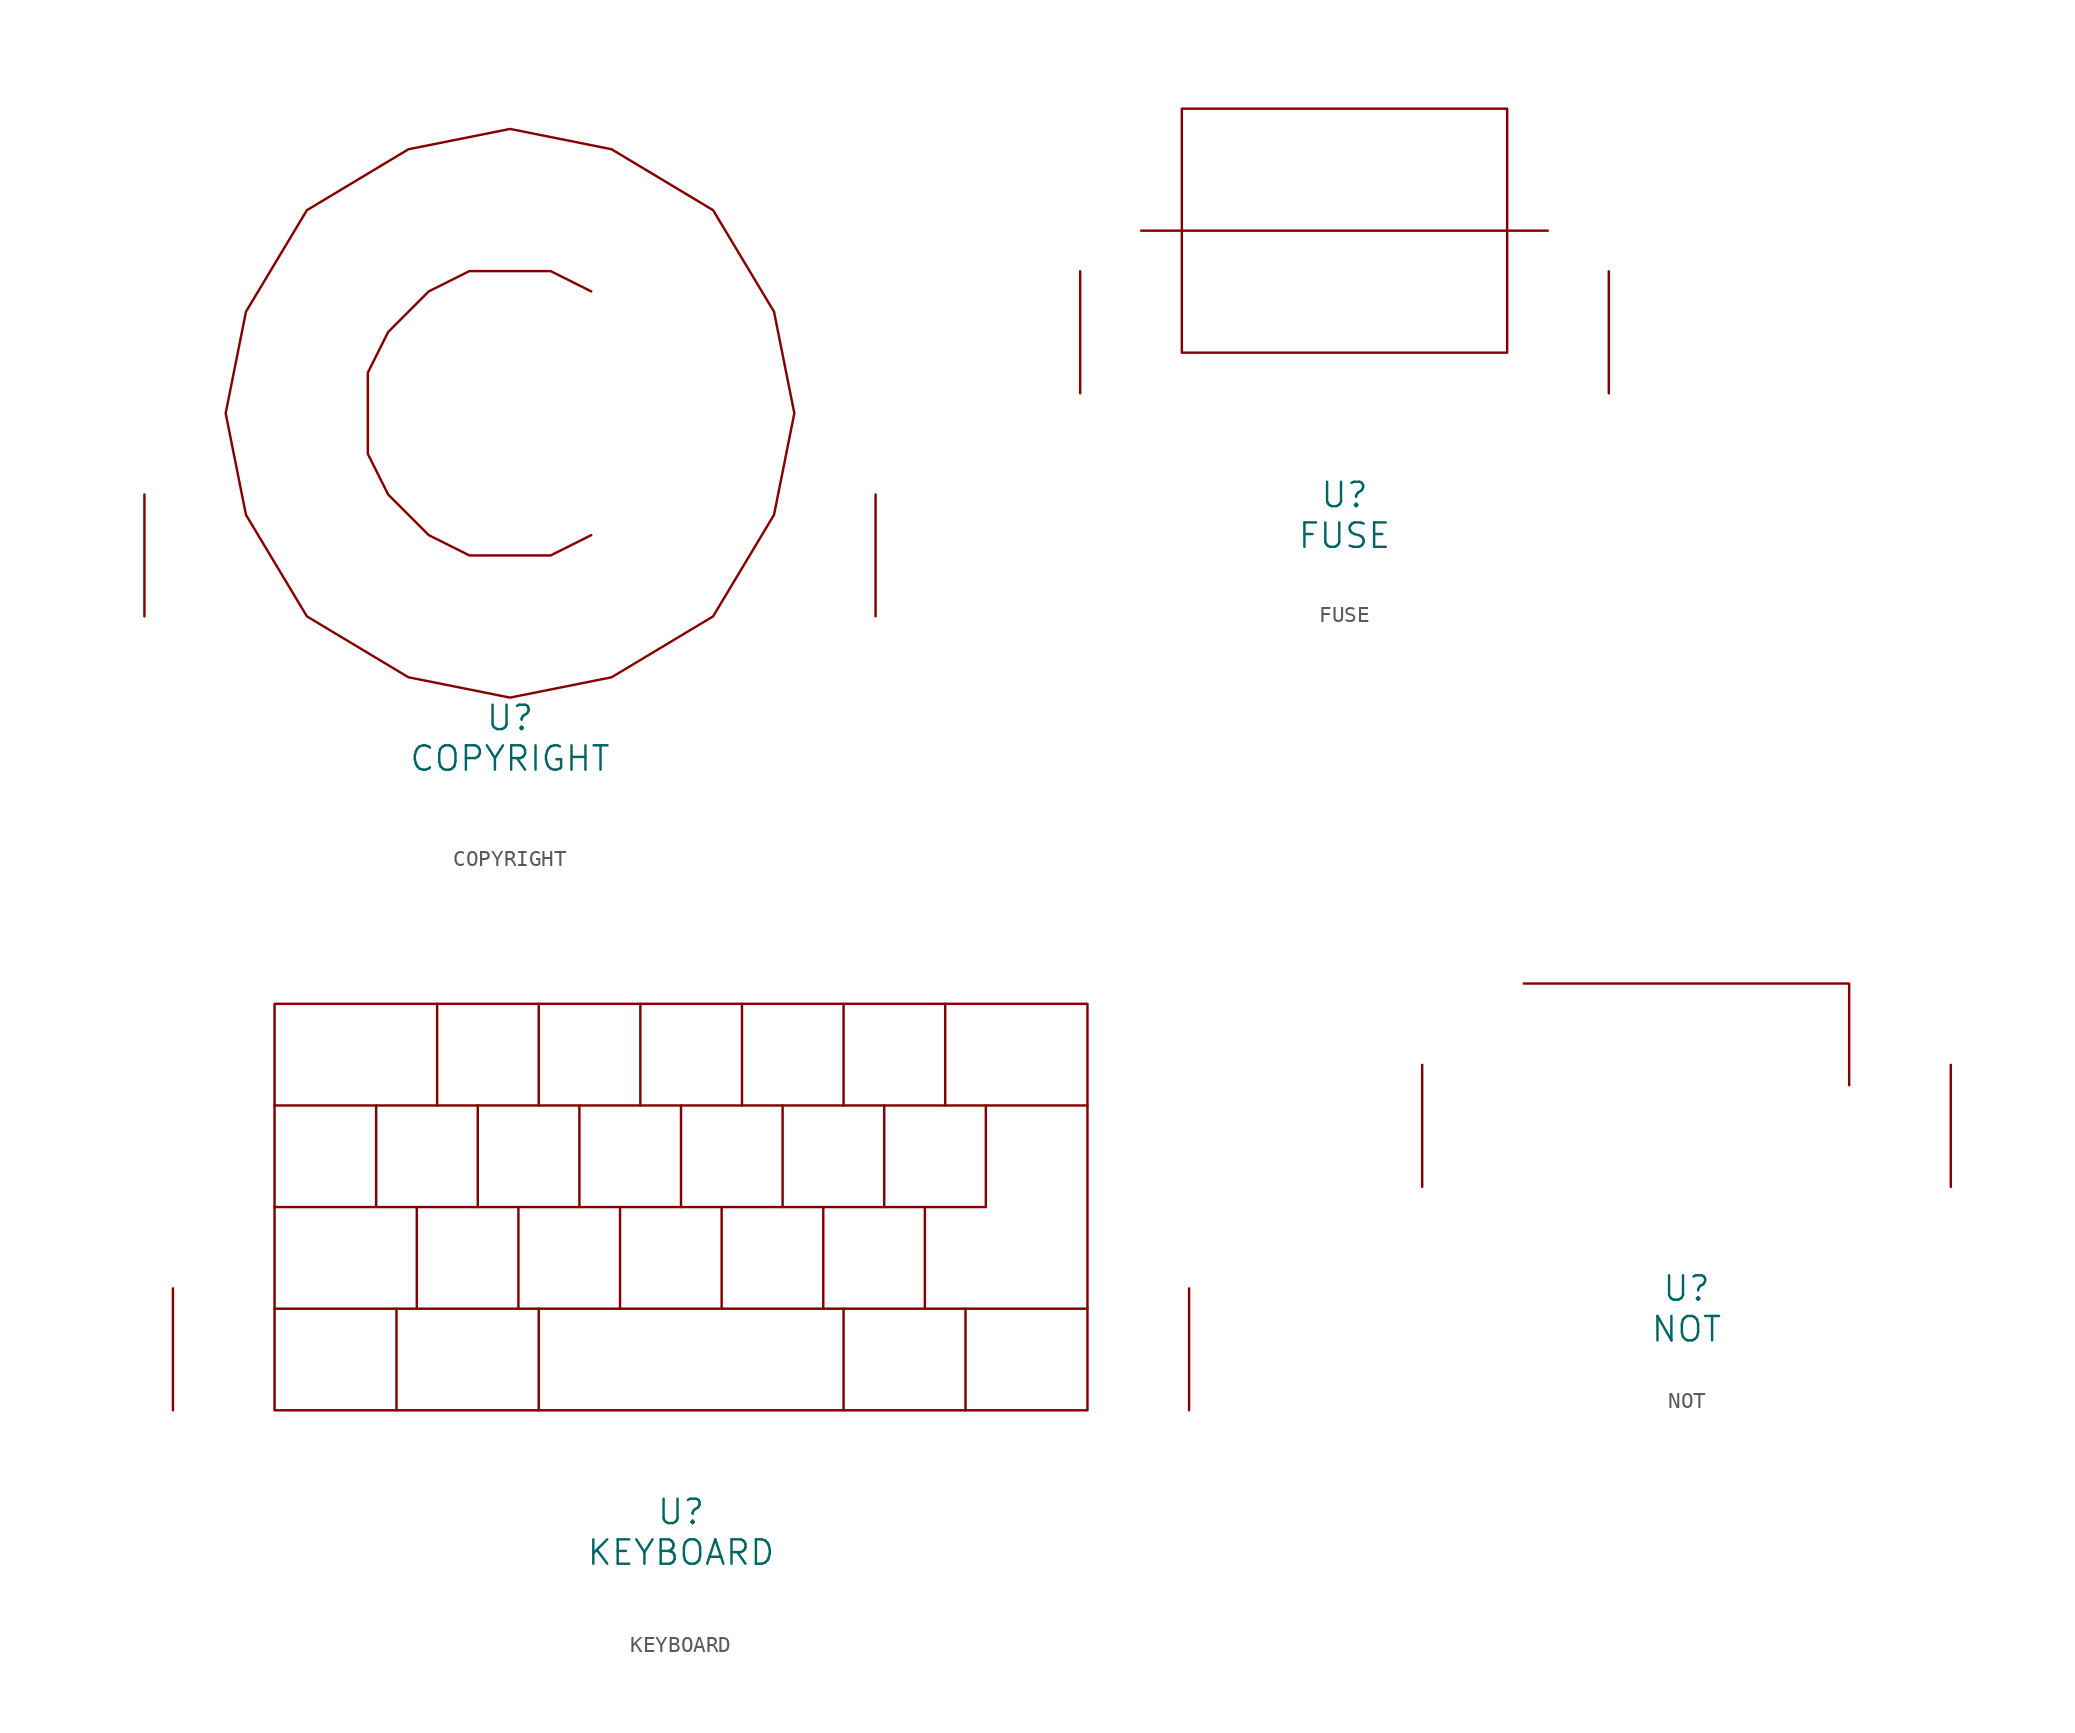
<source format=kicad_sym>
(kicad_symbol_lib
  (version 20220914)
  (generator font_lib2sym)
  (symbol "COPYRIGHT"
    (pin_names
      (offset 1.016))
    (property "Reference" "U"
      (at 0 -6.35 0)
      (effects (font (size 1.524 1.524))))
    (property "Value" "COPYRIGHT"
      (at 0 -8.89 0)
      (effects (font (size 1.524 1.524))))
    (symbol "COPYRIGHT_0_1"
      (polyline (pts (xy 5.08 20.32) (xy 2.54 21.59) (xy -2.54 21.59) (xy -5.08 20.32) (xy -7.62 17.78) (xy -8.89 15.24) (xy -8.89 10.16) (xy -7.62 7.62) (xy -5.08 5.08) (xy -2.54 3.81) (xy 2.54 3.81) (xy 5.08 5.08)) (stroke (width 0) (type solid)) (fill (type none)))
      (polyline (pts (xy 0 30.48) (xy -6.35 29.21) (xy -12.7 25.4) (xy -16.51 19.05) (xy -17.78 12.7) (xy -16.51 6.35) (xy -12.7 0) (xy -6.35 -3.81) (xy 0 -5.08) (xy 6.35 -3.81) (xy 12.7 0) (xy 16.51 6.35) (xy 17.78 12.7) (xy 16.51 19.05) (xy 12.7 25.4) (xy 6.35 29.21) (xy 0 30.48)) (stroke (width 0) (type solid)) (fill (type none)))
      (pin input line (at -22.86 0 90) (length 7.62) (name "~" (effects (font (size 1.27 1.27)))) (number "~" (effects (font (size 1.27 1.27)))))
      (pin input line (at 22.86 0 90) (length 7.62) (name "~" (effects (font (size 1.27 1.27)))) (number "~" (effects (font (size 1.27 1.27)))))))
  (symbol "FUSE"
    (pin_names
      (offset 1.016))
    (property "Reference" "U"
      (at 0 -6.35 0)
      (effects (font (size 1.524 1.524))))
    (property "Value" "FUSE"
      (at 0 -8.89 0)
      (effects (font (size 1.524 1.524))))
    (symbol "FUSE_0_1"
      (polyline (pts (xy -12.7 10.16) (xy 12.7 10.16)) (stroke (width 0) (type solid)) (fill (type none)))
      (polyline (pts (xy -10.16 17.78) (xy 10.16 17.78) (xy 10.16 2.54) (xy -10.16 2.54) (xy -10.16 17.78)) (stroke (width 0) (type solid)) (fill (type none)))
      (pin input line (at -16.51 0 90) (length 7.62) (name "~" (effects (font (size 1.27 1.27)))) (number "~" (effects (font (size 1.27 1.27)))))
      (pin input line (at 16.51 0 90) (length 7.62) (name "~" (effects (font (size 1.27 1.27)))) (number "~" (effects (font (size 1.27 1.27)))))))
  (symbol "KEYBOARD"
    (pin_names
      (offset 1.016))
    (property "Reference" "U"
      (at 0 -6.35 0)
      (effects (font (size 1.524 1.524))))
    (property "Value" "KEYBOARD"
      (at 0 -8.89 0)
      (effects (font (size 1.524 1.524))))
    (symbol "KEYBOARD_0_1"
      (polyline (pts (xy -25.4 6.35) (xy 25.4 6.35)) (stroke (width 0) (type solid)) (fill (type none)))
      (polyline (pts (xy -25.4 19.05) (xy 25.4 19.05)) (stroke (width 0) (type solid)) (fill (type none)))
      (polyline (pts (xy -19.05 12.7) (xy -19.05 19.05)) (stroke (width 0) (type solid)) (fill (type none)))
      (polyline (pts (xy -17.78 0) (xy -17.78 6.35)) (stroke (width 0) (type solid)) (fill (type none)))
      (polyline (pts (xy -16.51 6.35) (xy -16.51 12.7)) (stroke (width 0) (type solid)) (fill (type none)))
      (polyline (pts (xy -15.24 19.05) (xy -15.24 25.4)) (stroke (width 0) (type solid)) (fill (type none)))
      (polyline (pts (xy -12.7 12.7) (xy -12.7 19.05)) (stroke (width 0) (type solid)) (fill (type none)))
      (polyline (pts (xy -10.16 6.35) (xy -10.16 12.7)) (stroke (width 0) (type solid)) (fill (type none)))
      (polyline (pts (xy -8.89 0) (xy -8.89 6.35)) (stroke (width 0) (type solid)) (fill (type none)))
      (polyline (pts (xy -8.89 19.05) (xy -8.89 25.4)) (stroke (width 0) (type solid)) (fill (type none)))
      (polyline (pts (xy -6.35 12.7) (xy -6.35 19.05)) (stroke (width 0) (type solid)) (fill (type none)))
      (polyline (pts (xy -3.81 6.35) (xy -3.81 12.7)) (stroke (width 0) (type solid)) (fill (type none)))
      (polyline (pts (xy -2.54 19.05) (xy -2.54 25.4)) (stroke (width 0) (type solid)) (fill (type none)))
      (polyline (pts (xy 0 12.7) (xy 0 19.05)) (stroke (width 0) (type solid)) (fill (type none)))
      (polyline (pts (xy 2.54 6.35) (xy 2.54 12.7)) (stroke (width 0) (type solid)) (fill (type none)))
      (polyline (pts (xy 3.81 19.05) (xy 3.81 25.4)) (stroke (width 0) (type solid)) (fill (type none)))
      (polyline (pts (xy 6.35 12.7) (xy 6.35 19.05)) (stroke (width 0) (type solid)) (fill (type none)))
      (polyline (pts (xy 8.89 6.35) (xy 8.89 12.7)) (stroke (width 0) (type solid)) (fill (type none)))
      (polyline (pts (xy 10.16 0) (xy 10.16 6.35)) (stroke (width 0) (type solid)) (fill (type none)))
      (polyline (pts (xy 10.16 19.05) (xy 10.16 25.4)) (stroke (width 0) (type solid)) (fill (type none)))
      (polyline (pts (xy 12.7 12.7) (xy 12.7 19.05)) (stroke (width 0) (type solid)) (fill (type none)))
      (polyline (pts (xy 15.24 6.35) (xy 15.24 12.7)) (stroke (width 0) (type solid)) (fill (type none)))
      (polyline (pts (xy 16.51 19.05) (xy 16.51 25.4)) (stroke (width 0) (type solid)) (fill (type none)))
      (polyline (pts (xy 17.78 0) (xy 17.78 6.35)) (stroke (width 0) (type solid)) (fill (type none)))
      (polyline (pts (xy -25.4 12.7) (xy 19.05 12.7) (xy 19.05 19.05)) (stroke (width 0) (type solid)) (fill (type none)))
      (polyline (pts (xy -25.4 0) (xy -25.4 25.4) (xy 25.4 25.4) (xy 25.4 0) (xy -25.4 0)) (stroke (width 0) (type solid)) (fill (type none)))
      (pin input line (at -31.75 0 90) (length 7.62) (name "~" (effects (font (size 1.27 1.27)))) (number "~" (effects (font (size 1.27 1.27)))))
      (pin input line (at 31.75 0 90) (length 7.62) (name "~" (effects (font (size 1.27 1.27)))) (number "~" (effects (font (size 1.27 1.27)))))))
  (symbol "NOT"
    (pin_names
      (offset 1.016))
    (property "Reference" "U"
      (at 0 -6.35 0)
      (effects (font (size 1.524 1.524))))
    (property "Value" "NOT"
      (at 0 -8.89 0)
      (effects (font (size 1.524 1.524))))
    (symbol "NOT_0_1"
      (polyline (pts (xy -10.16 12.7) (xy 10.16 12.7) (xy 10.16 6.35)) (stroke (width 0) (type solid)) (fill (type none)))
      (pin input line (at -16.51 0 90) (length 7.62) (name "~" (effects (font (size 1.27 1.27)))) (number "~" (effects (font (size 1.27 1.27)))))
      (pin input line (at 16.51 0 90) (length 7.62) (name "~" (effects (font (size 1.27 1.27)))) (number "~" (effects (font (size 1.27 1.27))))))))
</source>
